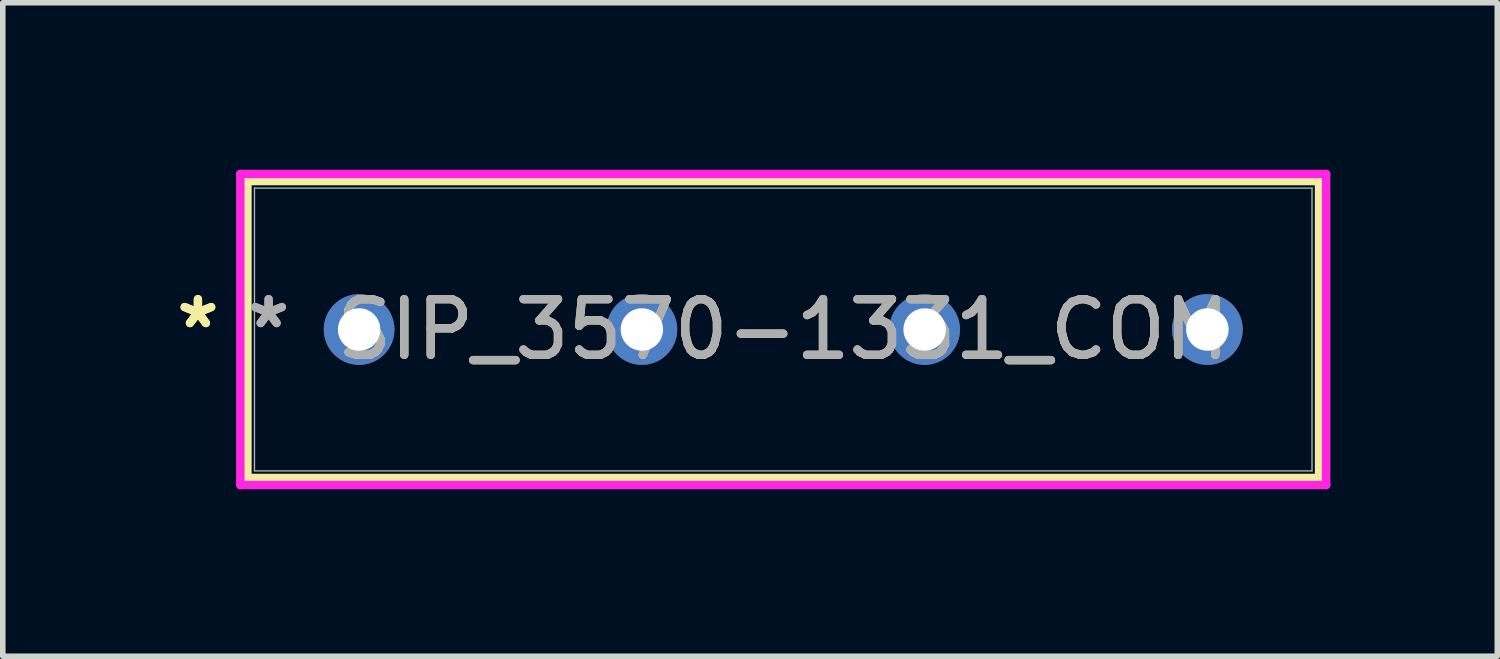
<source format=kicad_pcb>
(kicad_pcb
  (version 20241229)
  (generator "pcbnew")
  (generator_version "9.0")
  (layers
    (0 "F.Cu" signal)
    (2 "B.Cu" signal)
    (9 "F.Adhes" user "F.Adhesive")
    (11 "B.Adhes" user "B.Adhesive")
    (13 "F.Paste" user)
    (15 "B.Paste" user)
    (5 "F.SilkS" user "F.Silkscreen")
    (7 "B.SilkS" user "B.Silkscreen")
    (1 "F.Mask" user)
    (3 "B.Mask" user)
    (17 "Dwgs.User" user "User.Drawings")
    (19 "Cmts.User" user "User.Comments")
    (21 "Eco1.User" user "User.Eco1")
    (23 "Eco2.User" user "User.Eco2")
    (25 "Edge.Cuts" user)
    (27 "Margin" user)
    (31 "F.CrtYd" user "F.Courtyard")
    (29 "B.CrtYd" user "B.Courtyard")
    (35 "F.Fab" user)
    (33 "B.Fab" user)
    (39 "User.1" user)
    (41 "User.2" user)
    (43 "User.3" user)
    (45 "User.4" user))
  (footprint "SIP_3570-1331_COM"
    (layer "F.Cu")
    (at 3.402 2.87)
    (property "Reference" "SIP_3570-1331_COM" (at 7.62 0 0) (unlocked yes) (layer "F.SilkS") (effects (font (size 1 1) (thickness 0.15))))
    (attr through_hole)
    (fp_line (start -2.007 -2.667) (end -2.007 2.667) (stroke (width 0.152) (type solid)) (layer "F.SilkS"))
    (fp_line (start -2.007 2.667) (end 17.247 2.667) (stroke (width 0.152) (type solid)) (layer "F.SilkS"))
    (fp_line (start 17.247 -2.667) (end -2.007 -2.667) (stroke (width 0.152) (type solid)) (layer "F.SilkS"))
    (fp_line (start 17.247 2.667) (end 17.247 -2.667) (stroke (width 0.152) (type solid)) (layer "F.SilkS"))
    (fp_line (start -2.134 -2.794) (end 17.374 -2.794) (stroke (width 0.152) (type solid)) (layer "F.CrtYd"))
    (fp_line (start -2.134 2.794) (end -2.134 -2.794) (stroke (width 0.152) (type solid)) (layer "F.CrtYd"))
    (fp_line (start 17.374 -2.794) (end 17.374 2.794) (stroke (width 0.152) (type solid)) (layer "F.CrtYd"))
    (fp_line (start 17.374 2.794) (end -2.134 2.794) (stroke (width 0.152) (type solid)) (layer "F.CrtYd"))
    (fp_line (start -1.88 -2.54) (end -1.88 2.54) (stroke (width 0.025) (type solid)) (layer "F.Fab"))
    (fp_line (start -1.88 2.54) (end 17.12 2.54) (stroke (width 0.025) (type solid)) (layer "F.Fab"))
    (fp_line (start 17.12 -2.54) (end -1.88 -2.54) (stroke (width 0.025) (type solid)) (layer "F.Fab"))
    (fp_line (start 17.12 2.54) (end 17.12 -2.54) (stroke (width 0.025) (type solid)) (layer "F.Fab"))
    (fp_text user "*" (at -2.896 0 0) (layer "F.SilkS") (effects (font (size 1 1) (thickness 0.15))))
    (fp_text user "*" (at -2.896 0 0) (unlocked yes) (layer "F.SilkS") (effects (font (size 1 1) (thickness 0.15))))
    (fp_text user "*" (at -1.626 0 0) (layer "F.Fab") (effects (font (size 1 1) (thickness 0.15))))
    (fp_text user "*" (at -1.626 0 0) (unlocked yes) (layer "F.Fab") (effects (font (size 1 1) (thickness 0.15))))
    (fp_text user "${REFERENCE}" (at 7.62 0 0) (unlocked yes) (layer "F.Fab") (effects (font (size 1 1) (thickness 0.15))))
    (pad "1" thru_hole circle (at 0 0) (size 1.27 1.27) (drill 0.762) (layers "*.Cu" "*.Mask"))
    (pad "2" thru_hole circle (at 5.08 0) (size 1.27 1.27) (drill 0.762) (layers "*.Cu" "*.Mask"))
    (pad "3" thru_hole circle (at 10.16 0) (size 1.27 1.27) (drill 0.762) (layers "*.Cu" "*.Mask"))
    (pad "4" thru_hole circle (at 15.24 0) (size 1.27 1.27) (drill 0.762) (layers "*.Cu" "*.Mask")))
  (gr_rect
    (start -3 -3)
    (end 23.851 8.74)
    (stroke (width 0.1) (type default))
    (fill no)
    (layer "Edge.Cuts")))
</source>
